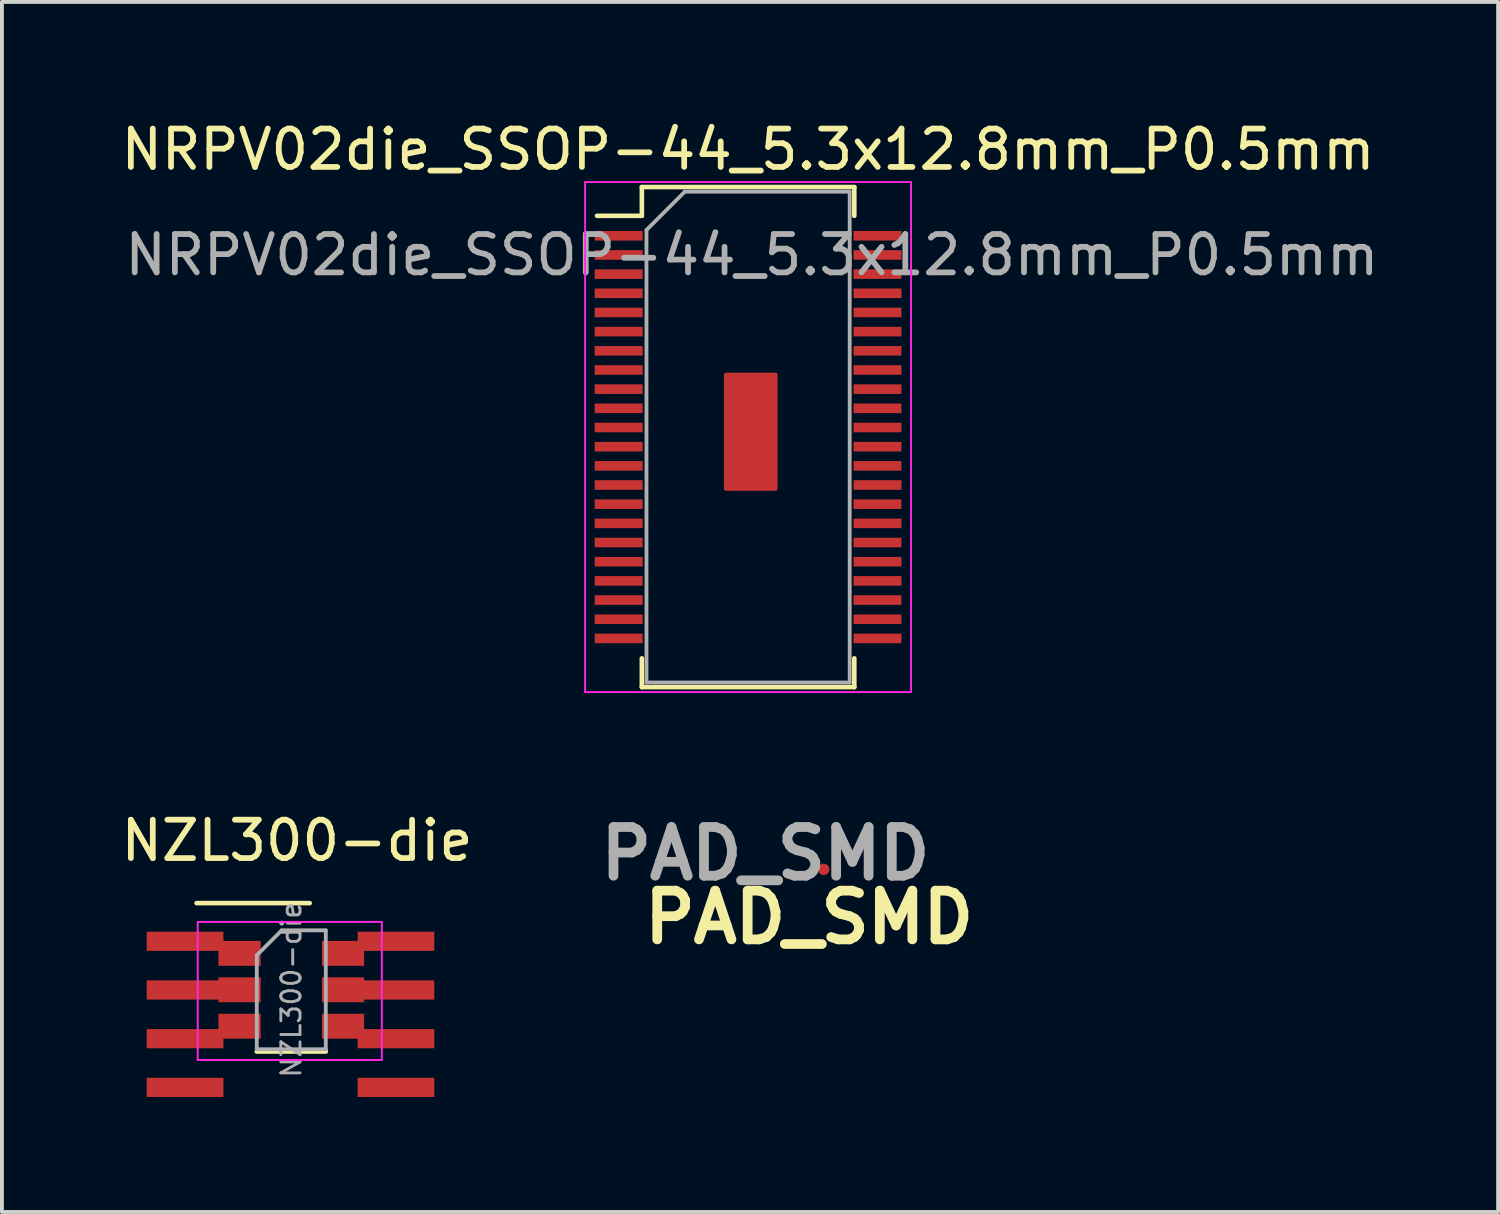
<source format=kicad_pcb>
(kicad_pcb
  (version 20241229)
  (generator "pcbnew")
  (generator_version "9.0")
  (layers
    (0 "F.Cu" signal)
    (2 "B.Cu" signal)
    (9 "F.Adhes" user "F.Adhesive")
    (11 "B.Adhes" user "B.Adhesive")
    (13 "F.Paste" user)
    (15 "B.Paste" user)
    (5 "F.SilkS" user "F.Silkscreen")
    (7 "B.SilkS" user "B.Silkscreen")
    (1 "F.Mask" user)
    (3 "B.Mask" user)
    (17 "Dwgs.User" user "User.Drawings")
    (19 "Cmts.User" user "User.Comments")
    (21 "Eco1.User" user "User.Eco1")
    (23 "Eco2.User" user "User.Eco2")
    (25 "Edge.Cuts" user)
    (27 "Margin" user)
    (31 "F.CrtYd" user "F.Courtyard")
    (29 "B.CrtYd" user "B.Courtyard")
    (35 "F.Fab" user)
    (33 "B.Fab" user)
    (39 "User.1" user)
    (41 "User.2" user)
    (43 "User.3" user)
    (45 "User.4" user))
  (footprint "NZL300-die"
    (layer "F.Cu")
    (at 4.506 22.791)
    (property "Reference" "NZL300-die" (at 0.19 -3.92 0) (layer "F.SilkS") (effects (font (size 1 1) (thickness 0.15))))
    (attr smd)
    (fp_line (start -0.86 1.58) (end 0.94 1.58) (stroke (width 0.12) (type solid)) (layer "F.SilkS"))
    (fp_line (start 0.52 -2.29) (end -2.43 -2.29) (stroke (width 0.12) (type solid)) (layer "F.SilkS"))
    (fp_line (start -2.4 -1.8) (end 2.4 -1.8) (stroke (width 0.05) (type solid)) (layer "F.CrtYd"))
    (fp_line (start -2.4 1.8) (end -2.4 -1.8) (stroke (width 0.05) (type solid)) (layer "F.CrtYd"))
    (fp_line (start 2.4 -1.8) (end 2.4 1.8) (stroke (width 0.05) (type solid)) (layer "F.CrtYd"))
    (fp_line (start 2.4 1.8) (end -2.4 1.8) (stroke (width 0.05) (type solid)) (layer "F.CrtYd"))
    (fp_line (start -0.86 -0.93) (end -0.86 1.52) (stroke (width 0.1) (type solid)) (layer "F.Fab"))
    (fp_line (start -0.86 -0.93) (end -0.21 -1.58) (stroke (width 0.1) (type solid)) (layer "F.Fab"))
    (fp_line (start 0.94 -1.58) (end -0.21 -1.58) (stroke (width 0.1) (type solid)) (layer "F.Fab"))
    (fp_line (start 0.94 -1.58) (end 0.94 1.52) (stroke (width 0.1) (type solid)) (layer "F.Fab"))
    (fp_line (start 0.94 1.52) (end -0.86 1.52) (stroke (width 0.1) (type solid)) (layer "F.Fab"))
    (fp_text user "${REFERENCE}" (at 0.04 -0.03 90) (layer "F.Fab") (effects (font (size 0.5 0.5) (thickness 0.075))))
    (pad "1" smd rect (at -2.73 -1.295 270) (size 0.5 2) (layers "F.Cu" "F.Mask" "F.Paste"))
    (pad "1" smd rect (at -1.31 -0.98) (size 1.1 0.65) (layers "F.Cu" "F.Mask" "F.Paste"))
    (pad "2" smd rect (at -2.73 -0.025 270) (size 0.5 2) (layers "F.Cu" "F.Mask" "F.Paste"))
    (pad "2" smd rect (at -1.31 -0.03) (size 1.1 0.65) (layers "F.Cu" "F.Mask" "F.Paste"))
    (pad "3" smd rect (at -2.73 1.245 270) (size 0.5 2) (layers "F.Cu" "F.Mask" "F.Paste"))
    (pad "3" smd rect (at -1.31 0.92) (size 1.1 0.65) (layers "F.Cu" "F.Mask" "F.Paste"))
    (pad "4" smd rect (at -2.73 2.515 270) (size 0.5 2) (layers "F.Cu" "F.Mask" "F.Paste"))
    (pad "5" smd rect (at 2.77 2.515 270) (size 0.5 2) (layers "F.Cu" "F.Mask" "F.Paste"))
    (pad "6" smd rect (at 1.39 0.92) (size 1.1 0.65) (layers "F.Cu" "F.Mask" "F.Paste"))
    (pad "6" smd rect (at 2.77 1.245 270) (size 0.5 2) (layers "F.Cu" "F.Mask" "F.Paste"))
    (pad "7" smd rect (at 1.39 -0.03) (size 1.1 0.65) (layers "F.Cu" "F.Mask" "F.Paste"))
    (pad "7" smd rect (at 2.77 -0.025 270) (size 0.5 2) (layers "F.Cu" "F.Mask" "F.Paste"))
    (pad "8" smd rect (at 1.39 -0.98) (size 1.1 0.65) (layers "F.Cu" "F.Mask" "F.Paste"))
    (pad "8" smd rect (at 2.77 -1.295 270) (size 0.5 2) (layers "F.Cu" "F.Mask" "F.Paste")))
  (footprint "PAD_SMD"
    (layer "F.Cu")
    (at 17.71 19.212)
    (property "Reference" "PAD_SMD" (at 0.34 1.66 0) (layer "F.SilkS") (effects (font (size 1.27 1.27) (thickness 0.254))))
    (attr smd)
    (fp_text user "${REFERENCE}" (at -0.8 0 0) (layer "F.Fab") (effects (font (size 1.27 1.27) (thickness 0.254))))
    (pad "1" smd circle (at 0.72 0.41 90) (size 0.3 0.3) (layers "F.Cu" "F.Mask" "F.Paste")))
  (footprint "NRPV02die_SSOP-44_5.3x12.8mm_P0.5mm"
    (layer "F.Cu")
    (at 16.458 8.348)
    (property "Reference" "NRPV02die_SSOP-44_5.3x12.8mm_P0.5mm" (at 0 -7.5 0) (layer "F.SilkS") (effects (font (size 1 1) (thickness 0.15))))
    (attr smd)
    (fp_poly (pts (xy -0.58 -1.63) (xy 0.72 -1.63) (xy 0.72 1.35) (xy -0.58 1.35)) (stroke (width 0.1) (type solid)) (fill yes) (layer "F.Cu"))
    (fp_line (start -2.77 -6.52) (end -2.77 -5.77) (stroke (width 0.12) (type solid)) (layer "F.SilkS"))
    (fp_line (start -2.77 -6.52) (end 2.77 -6.52) (stroke (width 0.12) (type solid)) (layer "F.SilkS"))
    (fp_line (start -2.77 -5.77) (end -3.94 -5.77) (stroke (width 0.12) (type solid)) (layer "F.SilkS"))
    (fp_line (start -2.77 6.52) (end -2.77 5.77) (stroke (width 0.12) (type solid)) (layer "F.SilkS"))
    (fp_line (start -2.77 6.52) (end 2.77 6.52) (stroke (width 0.12) (type solid)) (layer "F.SilkS"))
    (fp_line (start 2.77 -6.52) (end 2.77 -5.77) (stroke (width 0.12) (type solid)) (layer "F.SilkS"))
    (fp_line (start 2.77 6.52) (end 2.77 5.77) (stroke (width 0.12) (type solid)) (layer "F.SilkS"))
    (fp_line (start -4.25 -6.65) (end -4.25 6.65) (stroke (width 0.05) (type solid)) (layer "F.CrtYd"))
    (fp_line (start -4.25 -6.65) (end 4.25 -6.65) (stroke (width 0.05) (type solid)) (layer "F.CrtYd"))
    (fp_line (start -4.25 6.65) (end 4.25 6.65) (stroke (width 0.05) (type solid)) (layer "F.CrtYd"))
    (fp_line (start 4.25 -6.65) (end 4.25 6.65) (stroke (width 0.05) (type solid)) (layer "F.CrtYd"))
    (fp_line (start -2.65 -5.4) (end -1.65 -6.4) (stroke (width 0.1) (type solid)) (layer "F.Fab"))
    (fp_line (start -2.65 6.4) (end -2.65 -5.4) (stroke (width 0.1) (type solid)) (layer "F.Fab"))
    (fp_line (start -1.65 -6.4) (end 2.65 -6.4) (stroke (width 0.1) (type solid)) (layer "F.Fab"))
    (fp_line (start 2.65 -6.4) (end 2.65 6.4) (stroke (width 0.1) (type solid)) (layer "F.Fab"))
    (fp_line (start 2.65 6.4) (end -2.65 6.4) (stroke (width 0.1) (type solid)) (layer "F.Fab"))
    (fp_text user "${REFERENCE}" (at 0.1 -4.75 0) (layer "F.Fab") (effects (font (size 1 1) (thickness 0.15))))
    (pad "1" smd rect (at -3.375 -5.25) (size 1.25 0.25) (layers "F.Cu" "F.Mask" "F.Paste"))
    (pad "2" smd rect (at -3.375 -4.75) (size 1.25 0.25) (layers "F.Cu" "F.Mask" "F.Paste"))
    (pad "3" smd rect (at -3.375 -4.25) (size 1.25 0.25) (layers "F.Cu" "F.Mask" "F.Paste"))
    (pad "4" smd rect (at -3.375 -3.75) (size 1.25 0.25) (layers "F.Cu" "F.Mask" "F.Paste"))
    (pad "5" smd rect (at -3.375 -3.25) (size 1.25 0.25) (layers "F.Cu" "F.Mask" "F.Paste"))
    (pad "6" smd rect (at -3.375 -2.75) (size 1.25 0.25) (layers "F.Cu" "F.Mask" "F.Paste"))
    (pad "7" smd rect (at -3.375 -2.25) (size 1.25 0.25) (layers "F.Cu" "F.Mask" "F.Paste"))
    (pad "8" smd rect (at -3.375 -1.75) (size 1.25 0.25) (layers "F.Cu" "F.Mask" "F.Paste"))
    (pad "9" smd rect (at -3.375 -1.25) (size 1.25 0.25) (layers "F.Cu" "F.Mask" "F.Paste"))
    (pad "10" smd rect (at -3.375 -0.75) (size 1.25 0.25) (layers "F.Cu" "F.Mask" "F.Paste"))
    (pad "11" smd rect (at -3.375 -0.25) (size 1.25 0.25) (layers "F.Cu" "F.Mask" "F.Paste"))
    (pad "12" smd rect (at -3.375 0.25) (size 1.25 0.25) (layers "F.Cu" "F.Mask" "F.Paste"))
    (pad "13" smd rect (at -3.375 0.75) (size 1.25 0.25) (layers "F.Cu" "F.Mask" "F.Paste"))
    (pad "14" smd rect (at -3.375 1.25) (size 1.25 0.25) (layers "F.Cu" "F.Mask" "F.Paste"))
    (pad "15" smd rect (at -3.375 1.75) (size 1.25 0.25) (layers "F.Cu" "F.Mask" "F.Paste"))
    (pad "16" smd rect (at -3.375 2.25) (size 1.25 0.25) (layers "F.Cu" "F.Mask" "F.Paste"))
    (pad "17" smd rect (at -3.375 2.75) (size 1.25 0.25) (layers "F.Cu" "F.Mask" "F.Paste"))
    (pad "18" smd rect (at -3.375 3.25) (size 1.25 0.25) (layers "F.Cu" "F.Mask" "F.Paste"))
    (pad "19" smd rect (at -3.375 3.75) (size 1.25 0.25) (layers "F.Cu" "F.Mask" "F.Paste"))
    (pad "20" smd rect (at -3.375 4.25) (size 1.25 0.25) (layers "F.Cu" "F.Mask" "F.Paste"))
    (pad "21" smd rect (at -3.375 4.75) (size 1.25 0.25) (layers "F.Cu" "F.Mask" "F.Paste"))
    (pad "22" smd rect (at -3.375 5.25) (size 1.25 0.25) (layers "F.Cu" "F.Mask" "F.Paste"))
    (pad "23" smd rect (at 3.375 5.25) (size 1.25 0.25) (layers "F.Cu" "F.Mask" "F.Paste"))
    (pad "24" smd rect (at 3.375 4.75) (size 1.25 0.25) (layers "F.Cu" "F.Mask" "F.Paste"))
    (pad "25" smd rect (at 3.375 4.25) (size 1.25 0.25) (layers "F.Cu" "F.Mask" "F.Paste"))
    (pad "26" smd rect (at 3.375 3.75) (size 1.25 0.25) (layers "F.Cu" "F.Mask" "F.Paste"))
    (pad "27" smd rect (at 3.375 3.25) (size 1.25 0.25) (layers "F.Cu" "F.Mask" "F.Paste"))
    (pad "28" smd rect (at 3.375 2.75) (size 1.25 0.25) (layers "F.Cu" "F.Mask" "F.Paste"))
    (pad "29" smd rect (at 3.375 2.25) (size 1.25 0.25) (layers "F.Cu" "F.Mask" "F.Paste"))
    (pad "30" smd rect (at 3.375 1.75) (size 1.25 0.25) (layers "F.Cu" "F.Mask" "F.Paste"))
    (pad "31" smd rect (at 3.375 1.25) (size 1.25 0.25) (layers "F.Cu" "F.Mask" "F.Paste"))
    (pad "32" smd rect (at 3.375 0.75) (size 1.25 0.25) (layers "F.Cu" "F.Mask" "F.Paste"))
    (pad "33" smd rect (at 3.375 0.25) (size 1.25 0.25) (layers "F.Cu" "F.Mask" "F.Paste"))
    (pad "34" smd rect (at 3.375 -0.25) (size 1.25 0.25) (layers "F.Cu" "F.Mask" "F.Paste"))
    (pad "35" smd rect (at 3.375 -0.75) (size 1.25 0.25) (layers "F.Cu" "F.Mask" "F.Paste"))
    (pad "36" smd rect (at 3.375 -1.25) (size 1.25 0.25) (layers "F.Cu" "F.Mask" "F.Paste"))
    (pad "37" smd rect (at 3.375 -1.75) (size 1.25 0.25) (layers "F.Cu" "F.Mask" "F.Paste"))
    (pad "38" smd rect (at 3.375 -2.25) (size 1.25 0.25) (layers "F.Cu" "F.Mask" "F.Paste"))
    (pad "39" smd rect (at 3.375 -2.75) (size 1.25 0.25) (layers "F.Cu" "F.Mask" "F.Paste"))
    (pad "40" smd rect (at 3.375 -3.25) (size 1.25 0.25) (layers "F.Cu" "F.Mask" "F.Paste"))
    (pad "41" smd rect (at 3.375 -3.75) (size 1.25 0.25) (layers "F.Cu" "F.Mask" "F.Paste"))
    (pad "42" smd rect (at 3.375 -4.25) (size 1.25 0.25) (layers "F.Cu" "F.Mask" "F.Paste"))
    (pad "43" smd rect (at 3.375 -4.75) (size 1.25 0.25) (layers "F.Cu" "F.Mask" "F.Paste"))
    (pad "44" smd rect (at 3.375 -5.25) (size 1.25 0.25) (layers "F.Cu" "F.Mask" "F.Paste")))
  (gr_rect
    (start -3 -3)
    (end 36.017 28.556)
    (stroke (width 0.1) (type default))
    (fill no)
    (layer "Edge.Cuts")))
</source>
